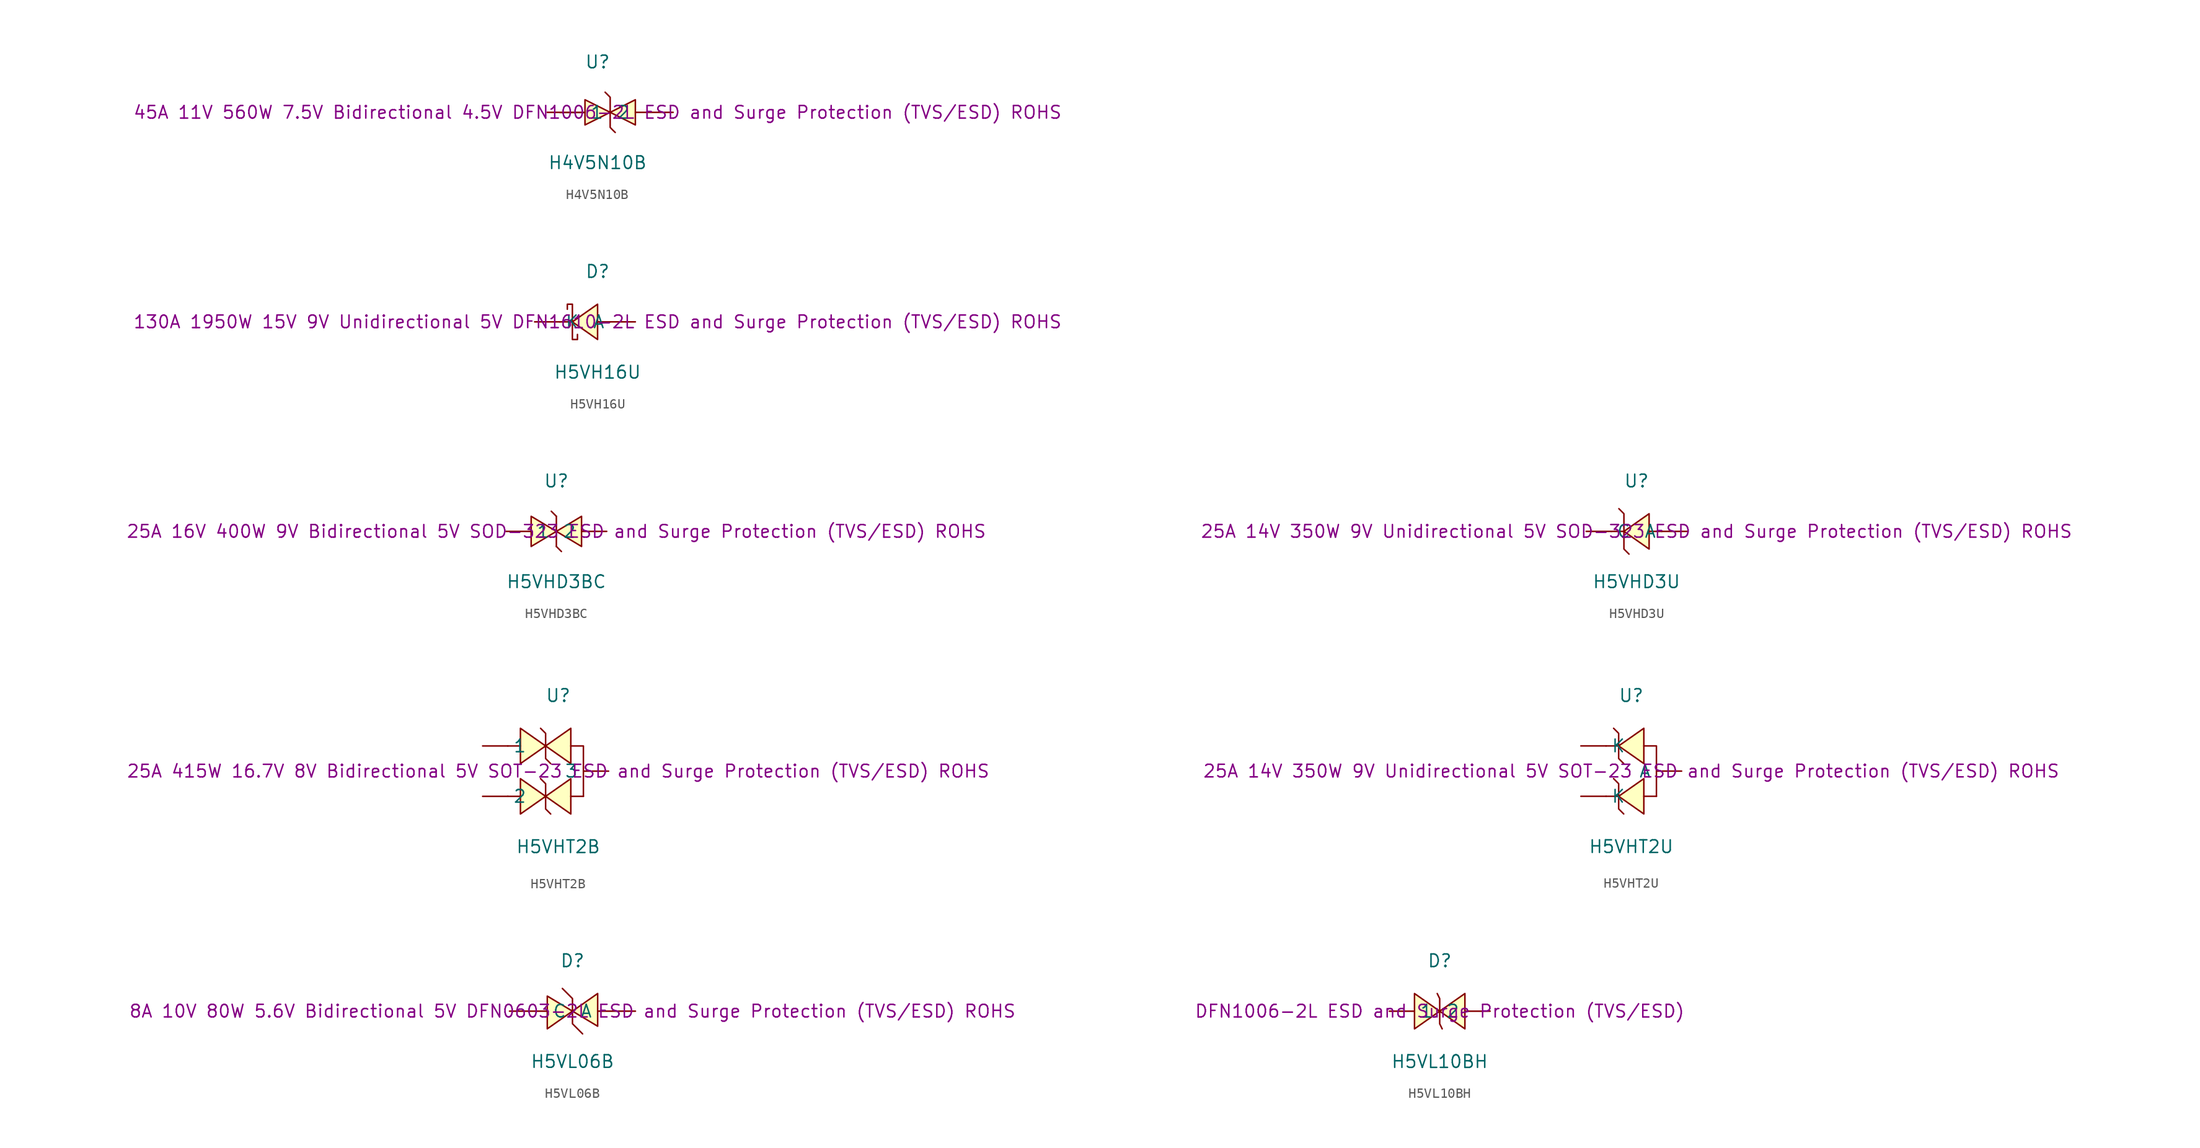
<source format=kicad_sym>
(kicad_symbol_lib
  (version 20241209)
  (generator "kicad_symbol_editor")
  (generator_version "9.0")
  (symbol "H4V5N10B"
    (pin_numbers
      (hide yes))
    (property "Reference" "U"
      (at 0 5.08 0)
      (effects (font (size 1.27 1.27))))
    (property "Value" "H4V5N10B"
      (at 0 -5.08 0)
      (effects (font (size 1.27 1.27))))
    (property "Description" "45A 11V 560W 7.5V Bidirectional 4.5V DFN1006-2L ESD and Surge Protection (TVS/ESD) ROHS"
      (at 0 0 0)
      (effects (font (size 1.27 1.27))))
    (symbol "H4V5N10B_0_1"
      (polyline (pts (xy -3.81 0) (xy -3.81 0) (xy -1.27 0)) (stroke (width 0) (type default)) (fill (type none)))
      (polyline (pts (xy -1.27 1.27) (xy 1.27 0) (xy -1.27 -1.27) (xy -1.27 1.27)) (stroke (width 0) (type default)) (fill (type background)))
      (polyline (pts (xy 0.76 2.03) (xy 0.76 2.03) (xy 1.27 1.52) (xy 1.27 -1.52) (xy 1.52 -1.78) (xy 1.78 -2.03)) (stroke (width 0) (type default)) (fill (type none)))
      (polyline (pts (xy 3.81 1.27) (xy 1.27 0) (xy 3.81 -1.27) (xy 3.81 1.27)) (stroke (width 0) (type default)) (fill (type background)))
      (pin unspecified line (at -5.08 0 0) (length 3.81) (name "1" (effects (font (size 1.27 1.27)))) (number "1" (effects (font (size 1.27 1.27)))))
      (pin unspecified line (at 7.62 0 180) (length 3.81) (name "2" (effects (font (size 1.27 1.27)))) (number "2" (effects (font (size 1.27 1.27)))))))
  (symbol "H5VH16U"
    (pin_numbers
      (hide yes))
    (property "Reference" "D"
      (at 0 5.08 0)
      (effects (font (size 1.27 1.27))))
    (property "Value" "H5VH16U"
      (at 0 -5.08 0)
      (effects (font (size 1.27 1.27))))
    (property "Description" "130A 1950W 15V 9V Unidirectional 5V DFN1610-2L ESD and Surge Protection (TVS/ESD) ROHS"
      (at 0 0 0)
      (effects (font (size 1.27 1.27))))
    (symbol "H5VH16U_0_1"
      (polyline (pts (xy -3.05 1.27) (xy -3.05 1.78) (xy -2.54 1.78) (xy -2.54 -1.78) (xy -2.03 -1.78) (xy -2.03 -1.27)) (stroke (width 0) (type default)) (fill (type none)))
      (polyline (pts (xy -2.54 0) (xy -3.81 0)) (stroke (width 0) (type default)) (fill (type none)))
      (polyline (pts (xy 0 1.78) (xy -2.54 0) (xy 0 -1.78) (xy 0 1.78)) (stroke (width 0) (type default)) (fill (type background)))
      (polyline (pts (xy 1.27 0) (xy 0 0)) (stroke (width 0) (type default)) (fill (type none)))
      (pin unspecified line (at -6.35 0 0) (length 2.54) (name "K" (effects (font (size 1.27 1.27)))) (number "1" (effects (font (size 1.27 1.27)))))
      (pin unspecified line (at 3.81 0 180) (length 2.54) (name "A" (effects (font (size 1.27 1.27)))) (number "2" (effects (font (size 1.27 1.27)))))))
  (symbol "H5VHD3BC"
    (pin_numbers
      (hide yes))
    (property "Reference" "U"
      (at 0 5.08 0)
      (effects (font (size 1.27 1.27))))
    (property "Value" "H5VHD3BC"
      (at 0 -5.08 0)
      (effects (font (size 1.27 1.27))))
    (property "Description" "25A 16V 400W 9V Bidirectional 5V SOD-323 ESD and Surge Protection (TVS/ESD) ROHS"
      (at 0 0 0)
      (effects (font (size 1.27 1.27))))
    (symbol "H5VHD3BC_0_1"
      (polyline (pts (xy -2.54 1.52) (xy 0 0) (xy -2.54 -1.52) (xy -2.54 1.52)) (stroke (width 0) (type default)) (fill (type background)))
      (polyline (pts (xy 0 1.52) (xy -0.51 2.03) (xy 0 1.52)) (stroke (width 0) (type default)) (fill (type background)))
      (polyline (pts (xy 0 -1.52) (xy 0 1.52)) (stroke (width 0) (type default)) (fill (type none)))
      (polyline (pts (xy 0 -1.52) (xy 0.51 -2.03) (xy 0 -1.52)) (stroke (width 0) (type default)) (fill (type background)))
      (polyline (pts (xy 2.54 1.52) (xy 0 0) (xy 2.54 -1.52) (xy 2.54 1.52)) (stroke (width 0) (type default)) (fill (type background)))
      (pin unspecified line (at -5.08 0 0) (length 2.54) (name "1" (effects (font (size 1.27 1.27)))) (number "1" (effects (font (size 1.27 1.27)))))
      (pin unspecified line (at 5.08 0 180) (length 2.54) (name "2" (effects (font (size 1.27 1.27)))) (number "2" (effects (font (size 1.27 1.27)))))))
  (symbol "H5VHD3U"
    (pin_numbers
      (hide yes))
    (property "Reference" "U"
      (at 0 5.08 0)
      (effects (font (size 1.27 1.27))))
    (property "Value" "H5VHD3U"
      (at 0 -5.08 0)
      (effects (font (size 1.27 1.27))))
    (property "Description" "25A 14V 350W 9V Unidirectional 5V SOD-323 ESD and Surge Protection (TVS/ESD) ROHS"
      (at 0 0 0)
      (effects (font (size 1.27 1.27))))
    (symbol "H5VHD3U_0_1"
      (polyline (pts (xy -1.78 2.29) (xy -1.78 2.29) (xy -1.27 1.78) (xy -1.27 -1.78) (xy -0.76 -2.29) (xy -0.76 -2.29)) (stroke (width 0) (type default)) (fill (type none)))
      (polyline (pts (xy -1.27 0) (xy -2.54 0)) (stroke (width 0) (type default)) (fill (type none)))
      (polyline (pts (xy 1.27 1.78) (xy -1.27 0) (xy 1.27 -1.78) (xy 1.27 1.78)) (stroke (width 0) (type default)) (fill (type background)))
      (polyline (pts (xy 2.54 0) (xy 1.27 0)) (stroke (width 0) (type default)) (fill (type none)))
      (pin unspecified line (at -5.08 0 0) (length 2.54) (name "C" (effects (font (size 1.27 1.27)))) (number "1" (effects (font (size 1.27 1.27)))))
      (pin unspecified line (at 5.08 0 180) (length 2.54) (name "A" (effects (font (size 1.27 1.27)))) (number "2" (effects (font (size 1.27 1.27)))))))
  (symbol "H5VHT2B"
    (pin_numbers
      (hide yes))
    (property "Reference" "U"
      (at 0 7.62 0)
      (effects (font (size 1.27 1.27))))
    (property "Value" "H5VHT2B"
      (at 0 -7.62 0)
      (effects (font (size 1.27 1.27))))
    (property "Description" "25A 415W 16.7V 8V Bidirectional 5V SOT-23 ESD and Surge Protection (TVS/ESD) ROHS"
      (at 0 0 0)
      (effects (font (size 1.27 1.27))))
    (symbol "H5VHT2B_0_1"
      (polyline (pts (xy -3.81 2.54) (xy -5.08 2.54)) (stroke (width 0) (type default)) (fill (type none)))
      (polyline (pts (xy -3.81 0.76) (xy -1.27 2.54) (xy -3.81 4.32) (xy -3.81 0.76)) (stroke (width 0) (type default)) (fill (type background)))
      (polyline (pts (xy -3.81 -2.54) (xy -5.08 -2.54)) (stroke (width 0) (type default)) (fill (type none)))
      (polyline (pts (xy -3.81 -4.32) (xy -1.27 -2.54) (xy -3.81 -0.76) (xy -3.81 -4.32)) (stroke (width 0) (type default)) (fill (type background)))
      (polyline (pts (xy -1.78 4.32) (xy -1.27 3.81) (xy -1.27 1.27) (xy -0.76 0.76)) (stroke (width 0) (type default)) (fill (type none)))
      (polyline (pts (xy -1.78 -0.76) (xy -1.27 -1.27) (xy -1.27 -3.81) (xy -0.76 -4.32)) (stroke (width 0) (type default)) (fill (type none)))
      (polyline (pts (xy 1.27 4.32) (xy -1.27 2.54) (xy 1.27 0.76) (xy 1.27 4.32)) (stroke (width 0) (type default)) (fill (type background)))
      (polyline (pts (xy 1.27 -0.76) (xy -1.27 -2.54) (xy 1.27 -4.32) (xy 1.27 -0.76)) (stroke (width 0) (type default)) (fill (type background)))
      (polyline (pts (xy 2.54 -2.54) (xy 1.27 -2.54)) (stroke (width 0) (type default)) (fill (type none)))
      (polyline (pts (xy 2.54 -2.54) (xy 2.54 2.54) (xy 1.27 2.54)) (stroke (width 0) (type default)) (fill (type none)))
      (pin unspecified line (at -7.62 2.54 0) (length 2.54) (name "1" (effects (font (size 1.27 1.27)))) (number "1" (effects (font (size 1.27 1.27)))))
      (pin unspecified line (at -7.62 -2.54 0) (length 2.54) (name "2" (effects (font (size 1.27 1.27)))) (number "2" (effects (font (size 1.27 1.27)))))
      (pin unspecified line (at 5.08 0 180) (length 2.54) (name "3" (effects (font (size 1.27 1.27)))) (number "3" (effects (font (size 1.27 1.27)))))))
  (symbol "H5VHT2U"
    (pin_numbers
      (hide yes))
    (property "Reference" "U"
      (at 0 7.62 0)
      (effects (font (size 1.27 1.27))))
    (property "Value" "H5VHT2U"
      (at 0 -7.62 0)
      (effects (font (size 1.27 1.27))))
    (property "Description" "25A 14V 350W 9V Unidirectional 5V SOT-23 ESD and Surge Protection (TVS/ESD) ROHS"
      (at 0 0 0)
      (effects (font (size 1.27 1.27))))
    (symbol "H5VHT2U_0_1"
      (polyline (pts (xy -1.78 4.32) (xy -1.27 3.81) (xy -1.27 1.27) (xy -0.76 0.76)) (stroke (width 0) (type default)) (fill (type none)))
      (polyline (pts (xy -1.78 -0.76) (xy -1.27 -1.27) (xy -1.27 -3.81) (xy -0.76 -4.32)) (stroke (width 0) (type default)) (fill (type none)))
      (polyline (pts (xy -1.27 2.54) (xy -2.54 2.54)) (stroke (width 0) (type default)) (fill (type none)))
      (polyline (pts (xy -1.27 -2.54) (xy -2.54 -2.54)) (stroke (width 0) (type default)) (fill (type none)))
      (polyline (pts (xy 1.27 4.32) (xy -1.27 2.54) (xy 1.27 0.76) (xy 1.27 4.32)) (stroke (width 0) (type default)) (fill (type background)))
      (polyline (pts (xy 1.27 -0.76) (xy -1.27 -2.54) (xy 1.27 -4.32) (xy 1.27 -0.76)) (stroke (width 0) (type default)) (fill (type background)))
      (polyline (pts (xy 2.54 -2.54) (xy 1.27 -2.54)) (stroke (width 0) (type default)) (fill (type none)))
      (polyline (pts (xy 2.54 -2.54) (xy 2.54 2.54) (xy 1.27 2.54)) (stroke (width 0) (type default)) (fill (type none)))
      (pin unspecified line (at -5.08 2.54 0) (length 2.54) (name "K" (effects (font (size 1.27 1.27)))) (number "1" (effects (font (size 1.27 1.27)))))
      (pin unspecified line (at -5.08 -2.54 0) (length 2.54) (name "K" (effects (font (size 1.27 1.27)))) (number "2" (effects (font (size 1.27 1.27)))))
      (pin unspecified line (at 5.08 0 180) (length 2.54) (name "A" (effects (font (size 1.27 1.27)))) (number "3" (effects (font (size 1.27 1.27)))))))
  (symbol "H5VL06B"
    (pin_numbers
      (hide yes))
    (property "Reference" "D"
      (at 0 5.08 0)
      (effects (font (size 1.27 1.27))))
    (property "Value" "H5VL06B"
      (at 0 -5.08 0)
      (effects (font (size 1.27 1.27))))
    (property "Description" "8A 10V 80W 5.6V Bidirectional 5V DFN0603-2L ESD and Surge Protection (TVS/ESD) ROHS"
      (at 0 0 0)
      (effects (font (size 1.27 1.27))))
    (symbol "H5VL06B_0_1"
      (polyline (pts (xy -2.54 1.52) (xy 0 0) (xy -2.54 -1.78) (xy -2.54 1.52)) (stroke (width 0) (type default)) (fill (type background)))
      (polyline (pts (xy -1.02 2.29) (xy 0 1.27) (xy 0 -1.27) (xy 1.02 -2.29)) (stroke (width 0) (type default)) (fill (type none)))
      (polyline (pts (xy 2.54 -1.52) (xy 0 0) (xy 2.54 1.78) (xy 2.54 -1.52)) (stroke (width 0) (type default)) (fill (type background)))
      (pin unspecified line (at -6.35 0 0) (length 3.81) (name "C" (effects (font (size 1.27 1.27)))) (number "1" (effects (font (size 1.27 1.27)))))
      (pin unspecified line (at 6.35 0 180) (length 3.81) (name "A" (effects (font (size 1.27 1.27)))) (number "2" (effects (font (size 1.27 1.27)))))))
  (symbol "H5VL10BH"
    (pin_numbers
      (hide yes))
    (property "Reference" "D"
      (at 0 5.08 0)
      (effects (font (size 1.27 1.27))))
    (property "Value" "H5VL10BH"
      (at 0 -5.08 0)
      (effects (font (size 1.27 1.27))))
    (property "Description" "DFN1006-2L ESD and Surge Protection (TVS/ESD)"
      (at 0 0 0)
      (effects (font (size 1.27 1.27))))
    (symbol "H5VL10BH_0_1"
      (polyline (pts (xy -2.54 -1.78) (xy 0 0) (xy -2.54 1.78) (xy -2.54 -1.78)) (stroke (width 0) (type default)) (fill (type background)))
      (polyline (pts (xy -0.25 1.78) (xy 0 1.27) (xy 0 -1.27) (xy 0.25 -1.78)) (stroke (width 0) (type default)) (fill (type none)))
      (polyline (pts (xy 2.54 1.78) (xy 0 0) (xy 2.54 -1.78) (xy 2.54 1.78)) (stroke (width 0) (type default)) (fill (type background)))
      (pin unspecified line (at -5.08 0 0) (length 2.54) (name "1" (effects (font (size 1.27 1.27)))) (number "1" (effects (font (size 1.27 1.27)))))
      (pin unspecified line (at 5.08 0 180) (length 2.54) (name "2" (effects (font (size 1.27 1.27)))) (number "2" (effects (font (size 1.27 1.27))))))))
</source>
